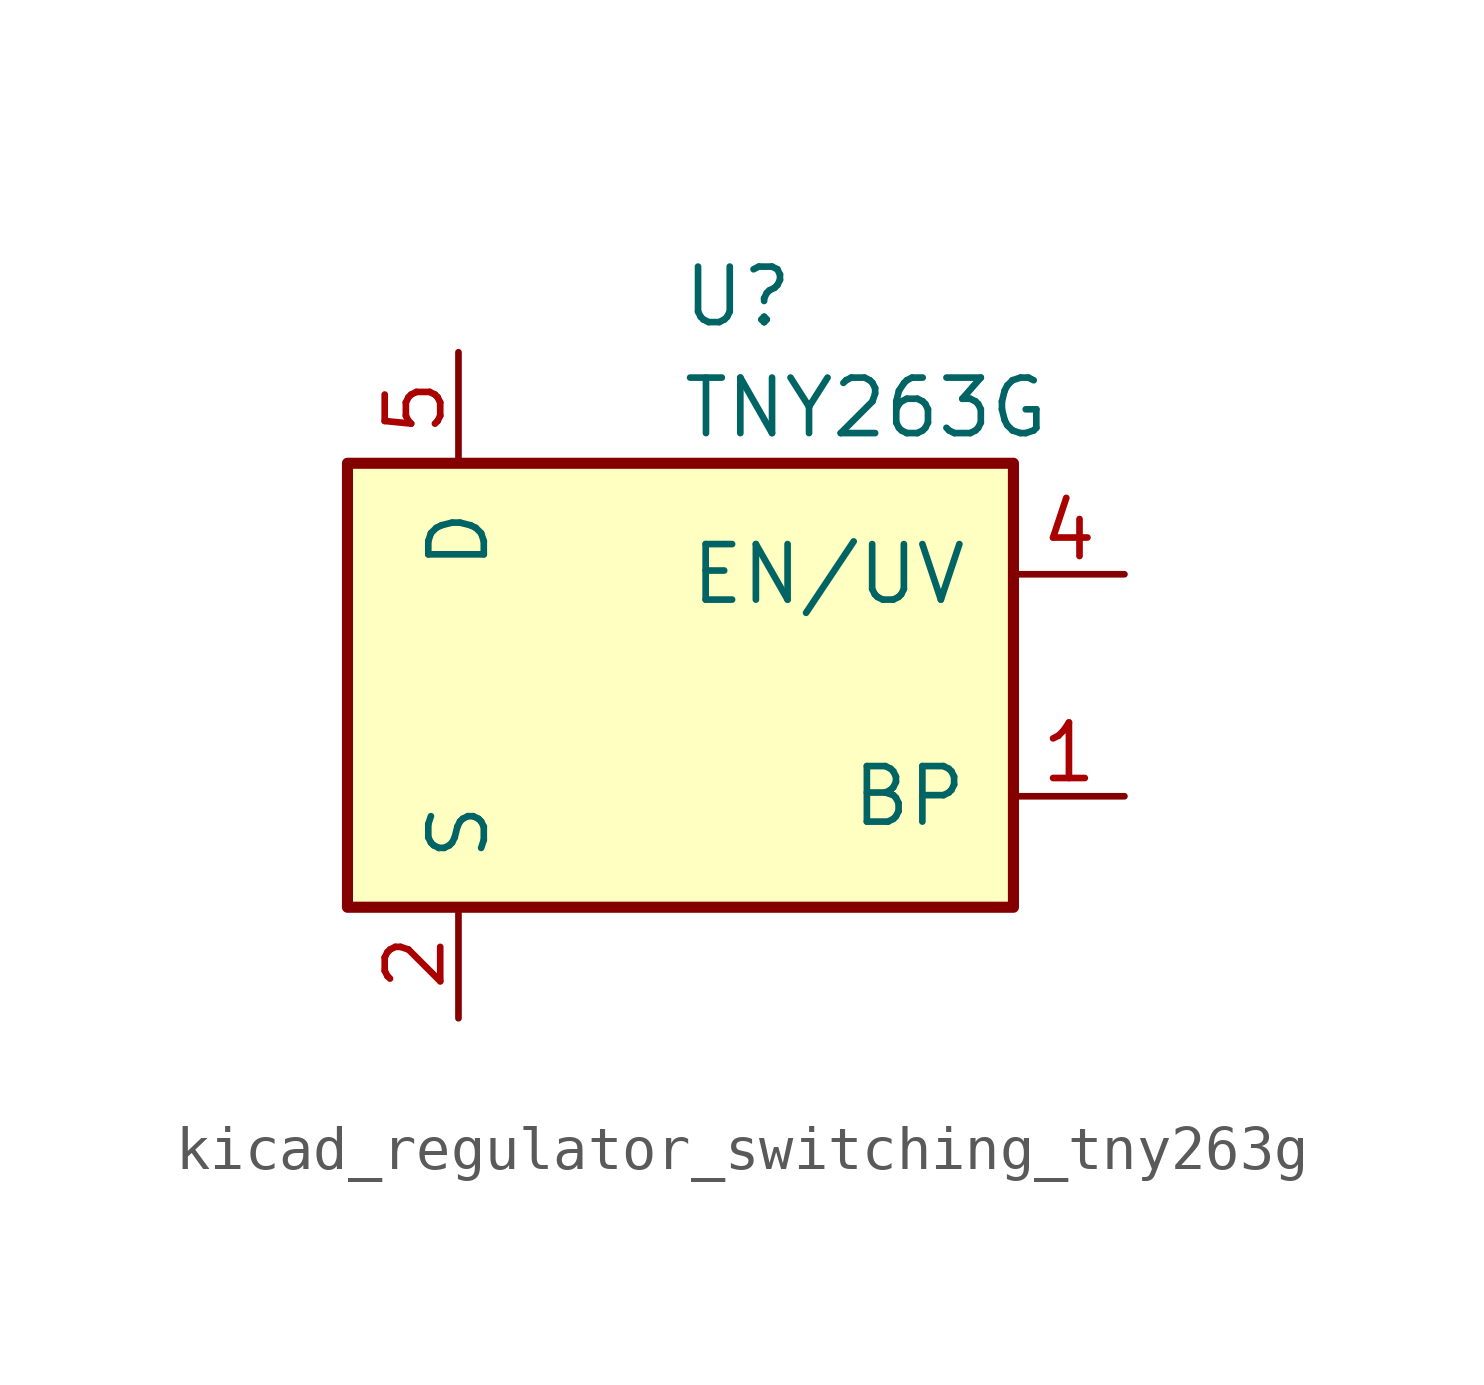
<source format=kicad_sym>
(kicad_symbol_lib
  (version 20220914)
  (generator kicad_symbol_editor)
  (symbol "kicad_regulator_switching_tny263g"
    (pin_names
      (offset 1.016))
    (property "Reference" "U"
      (at 0 8.89 0)
      (effects (font (size 1.27 1.27)) (justify left)))
    (property "Value" "TNY263G"
      (at 0 6.35 0)
      (effects (font (size 1.27 1.27)) (justify left)))
    (symbol "kicad_regulator_switching_tny263g_0_1"
      (rectangle (start -7.62 5.08) (end 7.62 -5.08) (stroke (width 0.254) (type default)) (fill (type background))))
    (symbol "kicad_regulator_switching_tny263g_1_1"
      (pin input line (at 10.16 -2.54 180) (length 2.54) (name "BP" (effects (font (size 1.27 1.27)))) (number "1" (effects (font (size 1.27 1.27)))))
      (pin power_in line (at -5.08 -7.62 90) (length 2.54) (name "S" (effects (font (size 1.27 1.27)))) (number "2" (effects (font (size 1.27 1.27)))))
      (pin passive line (at -5.08 -7.62 90) (length 2.54) hide (name "S" (effects (font (size 1.27 1.27)))) (number "3" (effects (font (size 1.27 1.27)))))
      (pin input line (at 10.16 2.54 180) (length 2.54) (name "EN/UV" (effects (font (size 1.27 1.27)))) (number "4" (effects (font (size 1.27 1.27)))))
      (pin open_collector line (at -5.08 7.62 270) (length 2.54) (name "D" (effects (font (size 1.27 1.27)))) (number "5" (effects (font (size 1.27 1.27)))))
      (pin passive line (at -5.08 -7.62 90) (length 2.54) hide (name "S" (effects (font (size 1.27 1.27)))) (number "7" (effects (font (size 1.27 1.27)))))
      (pin passive line (at -5.08 -7.62 90) (length 2.54) hide (name "S" (effects (font (size 1.27 1.27)))) (number "8" (effects (font (size 1.27 1.27))))))))
</source>
